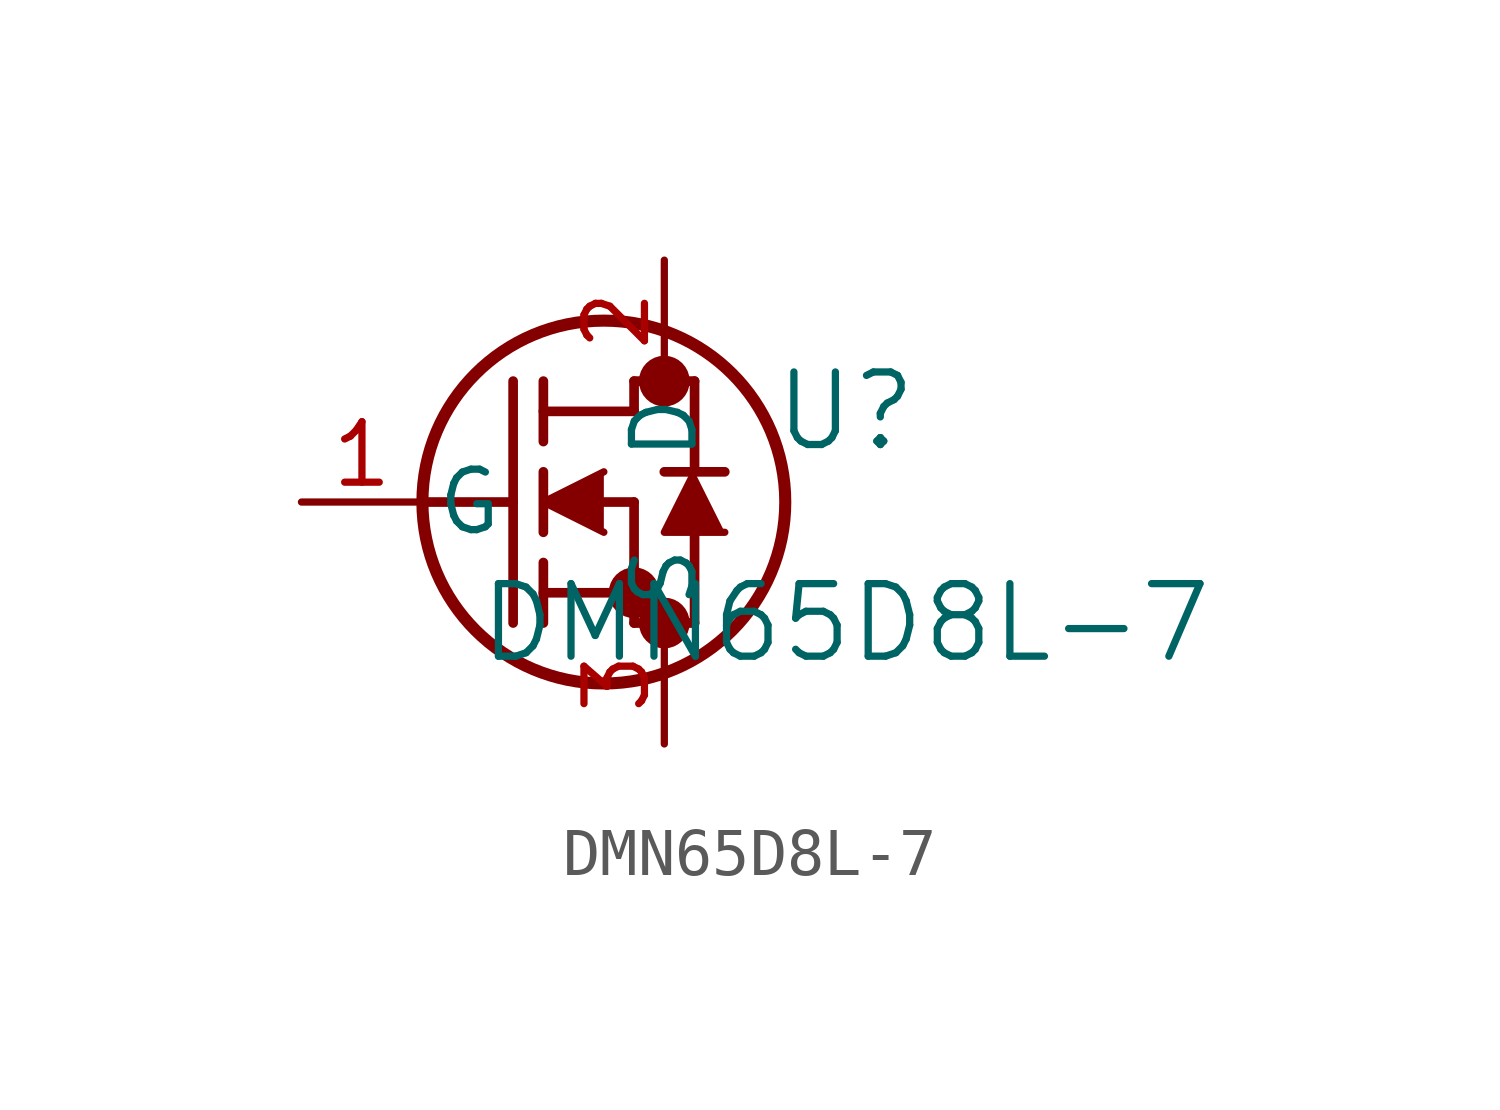
<source format=kicad_sym>
(kicad_symbol_lib
  (version 20211014)
  (generator kicad_symbol_editor)
  (symbol "DMN65D8L-7"
    (pin_names
      (offset 0.254))
    (property "Reference" "U"
      (at 11.43 1.905 0)
      (effects (font (size 1.524 1.524))))
    (property "Value" "DMN65D8L-7"
      (at 11.43 -2.54 0)
      (effects (font (size 1.524 1.524))))
    (symbol "DMN65D8L-7_0_1"
      (circle (center 7.62 2.54) (radius 0.025) (stroke (width 0.508) (type default) (color 0 0 0 0)) (fill (type none)))
      (circle (center 7.62 -2.54) (radius 0.025) (stroke (width 0.508) (type default) (color 0 0 0 0)) (fill (type none)))
      (circle (center 6.985 -1.905) (radius 0.025) (stroke (width 0.508) (type default) (color 0 0 0 0)) (fill (type none)))
      (circle (center 6.35 0) (radius 3.81) (stroke (width 0.254) (type default) (color 0 0 0 0)) (fill (type none)))
      (polyline (pts (xy 2.54 0) (xy 4.445 0)) (stroke (width 0.203) (type default) (color 0 0 0 0)) (fill (type none)))
      (polyline (pts (xy 4.445 -2.54) (xy 4.445 2.54)) (stroke (width 0.203) (type default) (color 0 0 0 0)) (fill (type none)))
      (polyline (pts (xy 5.08 -0.635) (xy 5.08 0.635)) (stroke (width 0.203) (type default) (color 0 0 0 0)) (fill (type none)))
      (polyline (pts (xy 5.08 -2.54) (xy 5.08 -1.27)) (stroke (width 0.203) (type default) (color 0 0 0 0)) (fill (type none)))
      (polyline (pts (xy 5.08 1.27) (xy 5.08 2.54)) (stroke (width 0.203) (type default) (color 0 0 0 0)) (fill (type none)))
      (polyline (pts (xy 6.35 0) (xy 6.985 0)) (stroke (width 0.203) (type default) (color 0 0 0 0)) (fill (type none)))
      (polyline (pts (xy 5.08 -1.905) (xy 6.985 -1.905)) (stroke (width 0.203) (type default) (color 0 0 0 0)) (fill (type none)))
      (polyline (pts (xy 6.985 -2.54) (xy 6.985 0)) (stroke (width 0.203) (type default) (color 0 0 0 0)) (fill (type none)))
      (polyline (pts (xy 6.985 -2.54) (xy 8.255 -2.54)) (stroke (width 0.203) (type default) (color 0 0 0 0)) (fill (type none)))
      (polyline (pts (xy 5.08 1.905) (xy 6.985 1.905)) (stroke (width 0.203) (type default) (color 0 0 0 0)) (fill (type none)))
      (polyline (pts (xy 8.255 0.635) (xy 8.255 2.54)) (stroke (width 0.203) (type default) (color 0 0 0 0)) (fill (type none)))
      (polyline (pts (xy 6.35 0.635) (xy 5.08 0) (xy 6.35 -0.635)) (stroke (width 0) (type default) (color 0 0 0 0)) (fill (type outline)))
      (polyline (pts (xy 8.89 -0.635) (xy 7.62 -0.635) (xy 8.255 0.635)) (stroke (width 0) (type default) (color 0 0 0 0)) (fill (type outline)))
      (polyline (pts (xy 8.255 -2.54) (xy 8.255 -0.635)) (stroke (width 0.203) (type default) (color 0 0 0 0)) (fill (type none)))
      (polyline (pts (xy 8.89 0.635) (xy 7.62 0.635)) (stroke (width 0.203) (type default) (color 0 0 0 0)) (fill (type none)))
      (polyline (pts (xy 6.985 2.54) (xy 8.255 2.54)) (stroke (width 0.203) (type default) (color 0 0 0 0)) (fill (type none)))
      (polyline (pts (xy 6.985 1.905) (xy 6.985 2.54)) (stroke (width 0.203) (type default) (color 0 0 0 0)) (fill (type none)))
      (pin power_out line (at 0 0 0) (length 2.54) (name "G" (effects (font (size 1.27 1.27)))) (number "1" (effects (font (size 1.27 1.27)))))
      (pin unspecified line (at 7.62 5.08 270) (length 2.54) (name "D" (effects (font (size 1.27 1.27)))) (number "2" (effects (font (size 1.27 1.27)))))
      (pin power_in line (at 7.62 -5.08 90) (length 2.54) (name "S" (effects (font (size 1.27 1.27)))) (number "3" (effects (font (size 1.27 1.27))))))))
</source>
